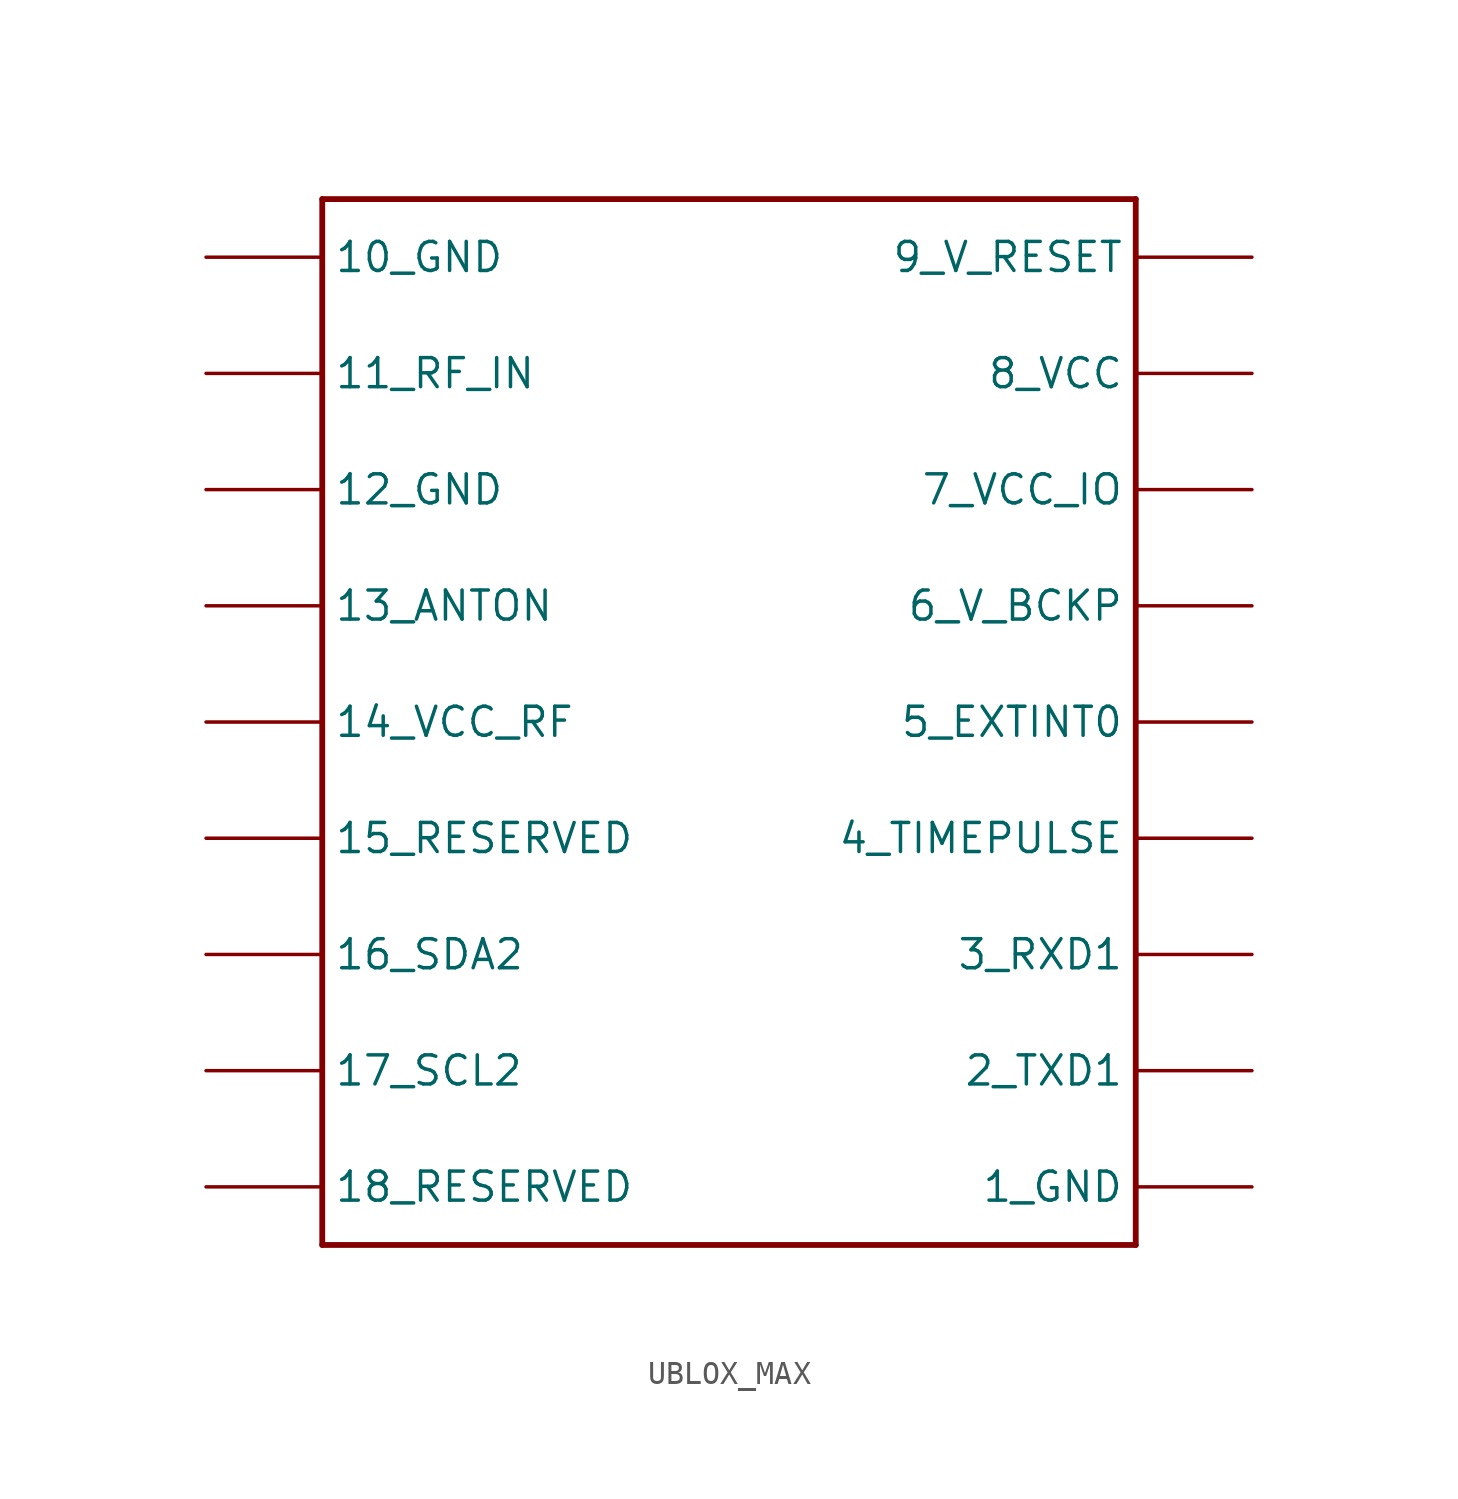
<source format=kicad_sym>
(kicad_symbol_lib
  (version 20231120)
  (generator "kicad_symbol_editor")
  (generator_version "8.0")
  (symbol "UBLOX_MAX"
    (property "Reference" "U"
      (at 0 0 0)
      (effects (font (size 1.27 1.27)) (hide yes)))
    (property "ki_locked" ""
      (at 0 0 0)
      (effects (font (size 1.27 1.27))))
    (symbol "UBLOX_MAX_1_0"
      (polyline (pts (xy -17.78 -27.94) (xy 17.78 -27.94)) (stroke (width 0.254) (type solid)) (fill (type none)))
      (polyline (pts (xy -17.78 17.78) (xy -17.78 -27.94)) (stroke (width 0.254) (type solid)) (fill (type none)))
      (polyline (pts (xy 17.78 -27.94) (xy 17.78 17.78)) (stroke (width 0.254) (type solid)) (fill (type none)))
      (polyline (pts (xy 17.78 17.78) (xy -17.78 17.78)) (stroke (width 0.254) (type solid)) (fill (type none)))
      (pin power_in line (at -22.86 15.24 0) (length 5.08) (name "10_GND" (effects (font (size 1.27 1.27)))) (number "10_GND" (effects (font (size 0 0)))))
      (pin bidirectional line (at -22.86 10.16 0) (length 5.08) (name "11_RF_IN" (effects (font (size 1.27 1.27)))) (number "11_RF_IN" (effects (font (size 0 0)))))
      (pin power_in line (at -22.86 5.08 0) (length 5.08) (name "12_GND" (effects (font (size 1.27 1.27)))) (number "12_GND" (effects (font (size 0 0)))))
      (pin bidirectional line (at -22.86 0 0) (length 5.08) (name "13_ANTON" (effects (font (size 1.27 1.27)))) (number "13_ANTON" (effects (font (size 0 0)))))
      (pin bidirectional line (at -22.86 -5.08 0) (length 5.08) (name "14_VCC_RF" (effects (font (size 1.27 1.27)))) (number "14_VCC_RF" (effects (font (size 0 0)))))
      (pin bidirectional line (at -22.86 -10.16 0) (length 5.08) (name "15_RESERVED" (effects (font (size 1.27 1.27)))) (number "15_RESERVED" (effects (font (size 0 0)))))
      (pin bidirectional line (at -22.86 -15.24 0) (length 5.08) (name "16_SDA2" (effects (font (size 1.27 1.27)))) (number "16_SDA2" (effects (font (size 0 0)))))
      (pin bidirectional line (at -22.86 -20.32 0) (length 5.08) (name "17_SCL2" (effects (font (size 1.27 1.27)))) (number "17_SCL2" (effects (font (size 0 0)))))
      (pin bidirectional line (at -22.86 -25.4 0) (length 5.08) (name "18_RESERVED" (effects (font (size 1.27 1.27)))) (number "18_RESERVED" (effects (font (size 0 0)))))
      (pin power_in line (at 22.86 -25.4 180) (length 5.08) (name "1_GND" (effects (font (size 1.27 1.27)))) (number "1_GND" (effects (font (size 0 0)))))
      (pin bidirectional line (at 22.86 -20.32 180) (length 5.08) (name "2_TXD1" (effects (font (size 1.27 1.27)))) (number "2_TXD1" (effects (font (size 0 0)))))
      (pin bidirectional line (at 22.86 -15.24 180) (length 5.08) (name "3_RXD1" (effects (font (size 1.27 1.27)))) (number "3_RXD1" (effects (font (size 0 0)))))
      (pin bidirectional line (at 22.86 -10.16 180) (length 5.08) (name "4_TIMEPULSE" (effects (font (size 1.27 1.27)))) (number "4_TIMEPULSE" (effects (font (size 0 0)))))
      (pin bidirectional line (at 22.86 -5.08 180) (length 5.08) (name "5_EXTINT0" (effects (font (size 1.27 1.27)))) (number "5_EXTINT0" (effects (font (size 0 0)))))
      (pin bidirectional line (at 22.86 0 180) (length 5.08) (name "6_V_BCKP" (effects (font (size 1.27 1.27)))) (number "6_V_BCKP" (effects (font (size 0 0)))))
      (pin power_in line (at 22.86 5.08 180) (length 5.08) (name "7_VCC_IO" (effects (font (size 1.27 1.27)))) (number "7_VCC_IO" (effects (font (size 0 0)))))
      (pin power_in line (at 22.86 10.16 180) (length 5.08) (name "8_VCC" (effects (font (size 1.27 1.27)))) (number "8_VCC" (effects (font (size 0 0)))))
      (pin power_in line (at 22.86 15.24 180) (length 5.08) (name "9_V_RESET" (effects (font (size 1.27 1.27)))) (number "9_V_RESET" (effects (font (size 0 0))))))))
</source>
